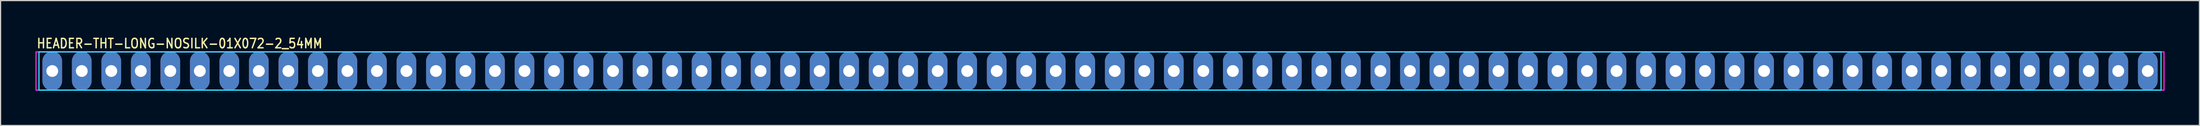
<source format=kicad_pcb>
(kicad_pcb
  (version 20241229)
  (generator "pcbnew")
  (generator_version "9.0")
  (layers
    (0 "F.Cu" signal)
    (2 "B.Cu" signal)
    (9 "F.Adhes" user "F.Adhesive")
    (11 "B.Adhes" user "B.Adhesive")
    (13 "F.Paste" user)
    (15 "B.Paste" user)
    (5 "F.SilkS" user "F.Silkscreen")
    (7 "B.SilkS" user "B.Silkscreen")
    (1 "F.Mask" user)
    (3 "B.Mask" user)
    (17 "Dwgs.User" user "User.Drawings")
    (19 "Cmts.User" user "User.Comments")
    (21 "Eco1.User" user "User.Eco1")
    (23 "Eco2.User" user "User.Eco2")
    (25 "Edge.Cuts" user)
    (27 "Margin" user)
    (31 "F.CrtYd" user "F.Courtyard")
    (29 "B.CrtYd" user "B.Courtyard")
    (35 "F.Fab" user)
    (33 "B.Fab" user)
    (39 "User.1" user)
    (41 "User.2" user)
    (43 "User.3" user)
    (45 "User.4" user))
  (footprint "HEADER-THT-LONG-NOSILK-01X072-2_54MM"
    (layer "F.Cu")
    (at 1.447 3.079)
    (property "Reference" "HEADER-THT-LONG-NOSILK-01X072-2_54MM" (at -1.4 -1.9 0) (unlocked yes) (layer "F.SilkS") (effects (font (size 0.813 0.695) (thickness 0.122)) (justify left bottom)))
    (fp_poly (pts (xy -1.143 -1.651) (xy 181.483 -1.651) (xy 181.483 1.651) (xy -1.143 1.651)) (stroke (width 0.1) (type solid)) (fill no) (layer "B.CrtYd"))
    (fp_poly (pts (xy -1.397 -1.651) (xy 181.737 -1.651) (xy 181.737 1.651) (xy -1.397 1.651)) (stroke (width 0.1) (type solid)) (fill no) (layer "F.CrtYd"))
    (pad "P$1" thru_hole oval (at 0 0 90) (size 3.387 1.693) (drill 1.016) (layers "*.Cu" "*.Mask"))
    (pad "P$2" thru_hole oval (at 2.54 0 90) (size 3.387 1.693) (drill 1.016) (layers "*.Cu" "*.Mask"))
    (pad "P$3" thru_hole oval (at 5.08 0 90) (size 3.387 1.693) (drill 1.016) (layers "*.Cu" "*.Mask"))
    (pad "P$4" thru_hole oval (at 7.62 0 90) (size 3.387 1.693) (drill 1.016) (layers "*.Cu" "*.Mask"))
    (pad "P$5" thru_hole oval (at 10.16 0 90) (size 3.387 1.693) (drill 1.016) (layers "*.Cu" "*.Mask"))
    (pad "P$6" thru_hole oval (at 12.7 0 90) (size 3.387 1.693) (drill 1.016) (layers "*.Cu" "*.Mask"))
    (pad "P$7" thru_hole oval (at 15.24 0 90) (size 3.387 1.693) (drill 1.016) (layers "*.Cu" "*.Mask"))
    (pad "P$8" thru_hole oval (at 17.78 0 90) (size 3.387 1.693) (drill 1.016) (layers "*.Cu" "*.Mask"))
    (pad "P$9" thru_hole oval (at 20.32 0 90) (size 3.387 1.693) (drill 1.016) (layers "*.Cu" "*.Mask"))
    (pad "P$10" thru_hole oval (at 22.86 0 90) (size 3.387 1.693) (drill 1.016) (layers "*.Cu" "*.Mask"))
    (pad "P$11" thru_hole oval (at 25.4 0 90) (size 3.387 1.693) (drill 1.016) (layers "*.Cu" "*.Mask"))
    (pad "P$12" thru_hole oval (at 27.94 0 90) (size 3.387 1.693) (drill 1.016) (layers "*.Cu" "*.Mask"))
    (pad "P$13" thru_hole oval (at 30.48 0 90) (size 3.387 1.693) (drill 1.016) (layers "*.Cu" "*.Mask"))
    (pad "P$14" thru_hole oval (at 33.02 0 90) (size 3.387 1.693) (drill 1.016) (layers "*.Cu" "*.Mask"))
    (pad "P$15" thru_hole oval (at 35.56 0 90) (size 3.387 1.693) (drill 1.016) (layers "*.Cu" "*.Mask"))
    (pad "P$16" thru_hole oval (at 38.1 0 90) (size 3.387 1.693) (drill 1.016) (layers "*.Cu" "*.Mask"))
    (pad "P$17" thru_hole oval (at 40.64 0 90) (size 3.387 1.693) (drill 1.016) (layers "*.Cu" "*.Mask"))
    (pad "P$18" thru_hole oval (at 43.18 0 90) (size 3.387 1.693) (drill 1.016) (layers "*.Cu" "*.Mask"))
    (pad "P$19" thru_hole oval (at 45.72 0 90) (size 3.387 1.693) (drill 1.016) (layers "*.Cu" "*.Mask"))
    (pad "P$20" thru_hole oval (at 48.26 0 90) (size 3.387 1.693) (drill 1.016) (layers "*.Cu" "*.Mask"))
    (pad "P$21" thru_hole oval (at 50.8 0 90) (size 3.387 1.693) (drill 1.016) (layers "*.Cu" "*.Mask"))
    (pad "P$22" thru_hole oval (at 53.34 0 90) (size 3.387 1.693) (drill 1.016) (layers "*.Cu" "*.Mask"))
    (pad "P$23" thru_hole oval (at 55.88 0 90) (size 3.387 1.693) (drill 1.016) (layers "*.Cu" "*.Mask"))
    (pad "P$24" thru_hole oval (at 58.42 0 90) (size 3.387 1.693) (drill 1.016) (layers "*.Cu" "*.Mask"))
    (pad "P$25" thru_hole oval (at 60.96 0 90) (size 3.387 1.693) (drill 1.016) (layers "*.Cu" "*.Mask"))
    (pad "P$26" thru_hole oval (at 63.5 0 90) (size 3.387 1.693) (drill 1.016) (layers "*.Cu" "*.Mask"))
    (pad "P$27" thru_hole oval (at 66.04 0 90) (size 3.387 1.693) (drill 1.016) (layers "*.Cu" "*.Mask"))
    (pad "P$28" thru_hole oval (at 68.58 0 90) (size 3.387 1.693) (drill 1.016) (layers "*.Cu" "*.Mask"))
    (pad "P$29" thru_hole oval (at 71.12 0 90) (size 3.387 1.693) (drill 1.016) (layers "*.Cu" "*.Mask"))
    (pad "P$30" thru_hole oval (at 73.66 0 90) (size 3.387 1.693) (drill 1.016) (layers "*.Cu" "*.Mask"))
    (pad "P$31" thru_hole oval (at 76.2 0 90) (size 3.387 1.693) (drill 1.016) (layers "*.Cu" "*.Mask"))
    (pad "P$32" thru_hole oval (at 78.74 0 90) (size 3.387 1.693) (drill 1.016) (layers "*.Cu" "*.Mask"))
    (pad "P$33" thru_hole oval (at 81.28 0 90) (size 3.387 1.693) (drill 1.016) (layers "*.Cu" "*.Mask"))
    (pad "P$34" thru_hole oval (at 83.82 0 90) (size 3.387 1.693) (drill 1.016) (layers "*.Cu" "*.Mask"))
    (pad "P$35" thru_hole oval (at 86.36 0 90) (size 3.387 1.693) (drill 1.016) (layers "*.Cu" "*.Mask"))
    (pad "P$36" thru_hole oval (at 88.9 0 90) (size 3.387 1.693) (drill 1.016) (layers "*.Cu" "*.Mask"))
    (pad "P$37" thru_hole oval (at 91.44 0 90) (size 3.387 1.693) (drill 1.016) (layers "*.Cu" "*.Mask"))
    (pad "P$38" thru_hole oval (at 93.98 0 90) (size 3.387 1.693) (drill 1.016) (layers "*.Cu" "*.Mask"))
    (pad "P$39" thru_hole oval (at 96.52 0 90) (size 3.387 1.693) (drill 1.016) (layers "*.Cu" "*.Mask"))
    (pad "P$40" thru_hole oval (at 99.06 0 90) (size 3.387 1.693) (drill 1.016) (layers "*.Cu" "*.Mask"))
    (pad "P$41" thru_hole oval (at 101.6 0 90) (size 3.387 1.693) (drill 1.016) (layers "*.Cu" "*.Mask"))
    (pad "P$42" thru_hole oval (at 104.14 0 90) (size 3.387 1.693) (drill 1.016) (layers "*.Cu" "*.Mask"))
    (pad "P$43" thru_hole oval (at 106.68 0 90) (size 3.387 1.693) (drill 1.016) (layers "*.Cu" "*.Mask"))
    (pad "P$44" thru_hole oval (at 109.22 0 90) (size 3.387 1.693) (drill 1.016) (layers "*.Cu" "*.Mask"))
    (pad "P$45" thru_hole oval (at 111.76 0 90) (size 3.387 1.693) (drill 1.016) (layers "*.Cu" "*.Mask"))
    (pad "P$46" thru_hole oval (at 114.3 0 90) (size 3.387 1.693) (drill 1.016) (layers "*.Cu" "*.Mask"))
    (pad "P$47" thru_hole oval (at 116.84 0 90) (size 3.387 1.693) (drill 1.016) (layers "*.Cu" "*.Mask"))
    (pad "P$48" thru_hole oval (at 119.38 0 90) (size 3.387 1.693) (drill 1.016) (layers "*.Cu" "*.Mask"))
    (pad "P$49" thru_hole oval (at 121.92 0 90) (size 3.387 1.693) (drill 1.016) (layers "*.Cu" "*.Mask"))
    (pad "P$50" thru_hole oval (at 124.46 0 90) (size 3.387 1.693) (drill 1.016) (layers "*.Cu" "*.Mask"))
    (pad "P$51" thru_hole oval (at 127 0 90) (size 3.387 1.693) (drill 1.016) (layers "*.Cu" "*.Mask"))
    (pad "P$52" thru_hole oval (at 129.54 0 90) (size 3.387 1.693) (drill 1.016) (layers "*.Cu" "*.Mask"))
    (pad "P$53" thru_hole oval (at 132.08 0 90) (size 3.387 1.693) (drill 1.016) (layers "*.Cu" "*.Mask"))
    (pad "P$54" thru_hole oval (at 134.62 0 90) (size 3.387 1.693) (drill 1.016) (layers "*.Cu" "*.Mask"))
    (pad "P$55" thru_hole oval (at 137.16 0 90) (size 3.387 1.693) (drill 1.016) (layers "*.Cu" "*.Mask"))
    (pad "P$56" thru_hole oval (at 139.7 0 90) (size 3.387 1.693) (drill 1.016) (layers "*.Cu" "*.Mask"))
    (pad "P$57" thru_hole oval (at 142.24 0 90) (size 3.387 1.693) (drill 1.016) (layers "*.Cu" "*.Mask"))
    (pad "P$58" thru_hole oval (at 144.78 0 90) (size 3.387 1.693) (drill 1.016) (layers "*.Cu" "*.Mask"))
    (pad "P$59" thru_hole oval (at 147.32 0 90) (size 3.387 1.693) (drill 1.016) (layers "*.Cu" "*.Mask"))
    (pad "P$60" thru_hole oval (at 149.86 0 90) (size 3.387 1.693) (drill 1.016) (layers "*.Cu" "*.Mask"))
    (pad "P$61" thru_hole oval (at 152.4 0 90) (size 3.387 1.693) (drill 1.016) (layers "*.Cu" "*.Mask"))
    (pad "P$62" thru_hole oval (at 154.94 0 90) (size 3.387 1.693) (drill 1.016) (layers "*.Cu" "*.Mask"))
    (pad "P$63" thru_hole oval (at 157.48 0 90) (size 3.387 1.693) (drill 1.016) (layers "*.Cu" "*.Mask"))
    (pad "P$64" thru_hole oval (at 160.02 0 90) (size 3.387 1.693) (drill 1.016) (layers "*.Cu" "*.Mask"))
    (pad "P$65" thru_hole oval (at 162.56 0 90) (size 3.387 1.693) (drill 1.016) (layers "*.Cu" "*.Mask"))
    (pad "P$66" thru_hole oval (at 165.1 0 90) (size 3.387 1.693) (drill 1.016) (layers "*.Cu" "*.Mask"))
    (pad "P$67" thru_hole oval (at 167.64 0 90) (size 3.387 1.693) (drill 1.016) (layers "*.Cu" "*.Mask"))
    (pad "P$68" thru_hole oval (at 170.18 0 90) (size 3.387 1.693) (drill 1.016) (layers "*.Cu" "*.Mask"))
    (pad "P$69" thru_hole oval (at 172.72 0 90) (size 3.387 1.693) (drill 1.016) (layers "*.Cu" "*.Mask"))
    (pad "P$70" thru_hole oval (at 175.26 0 90) (size 3.387 1.693) (drill 1.016) (layers "*.Cu" "*.Mask"))
    (pad "P$71" thru_hole oval (at 177.8 0 90) (size 3.387 1.693) (drill 1.016) (layers "*.Cu" "*.Mask"))
    (pad "P$72" thru_hole oval (at 180.34 0 90) (size 3.387 1.693) (drill 1.016) (layers "*.Cu" "*.Mask")))
  (gr_rect
    (start -3 -3)
    (end 186.234 7.78)
    (stroke (width 0.1) (type default))
    (fill no)
    (layer "Edge.Cuts")))
</source>
